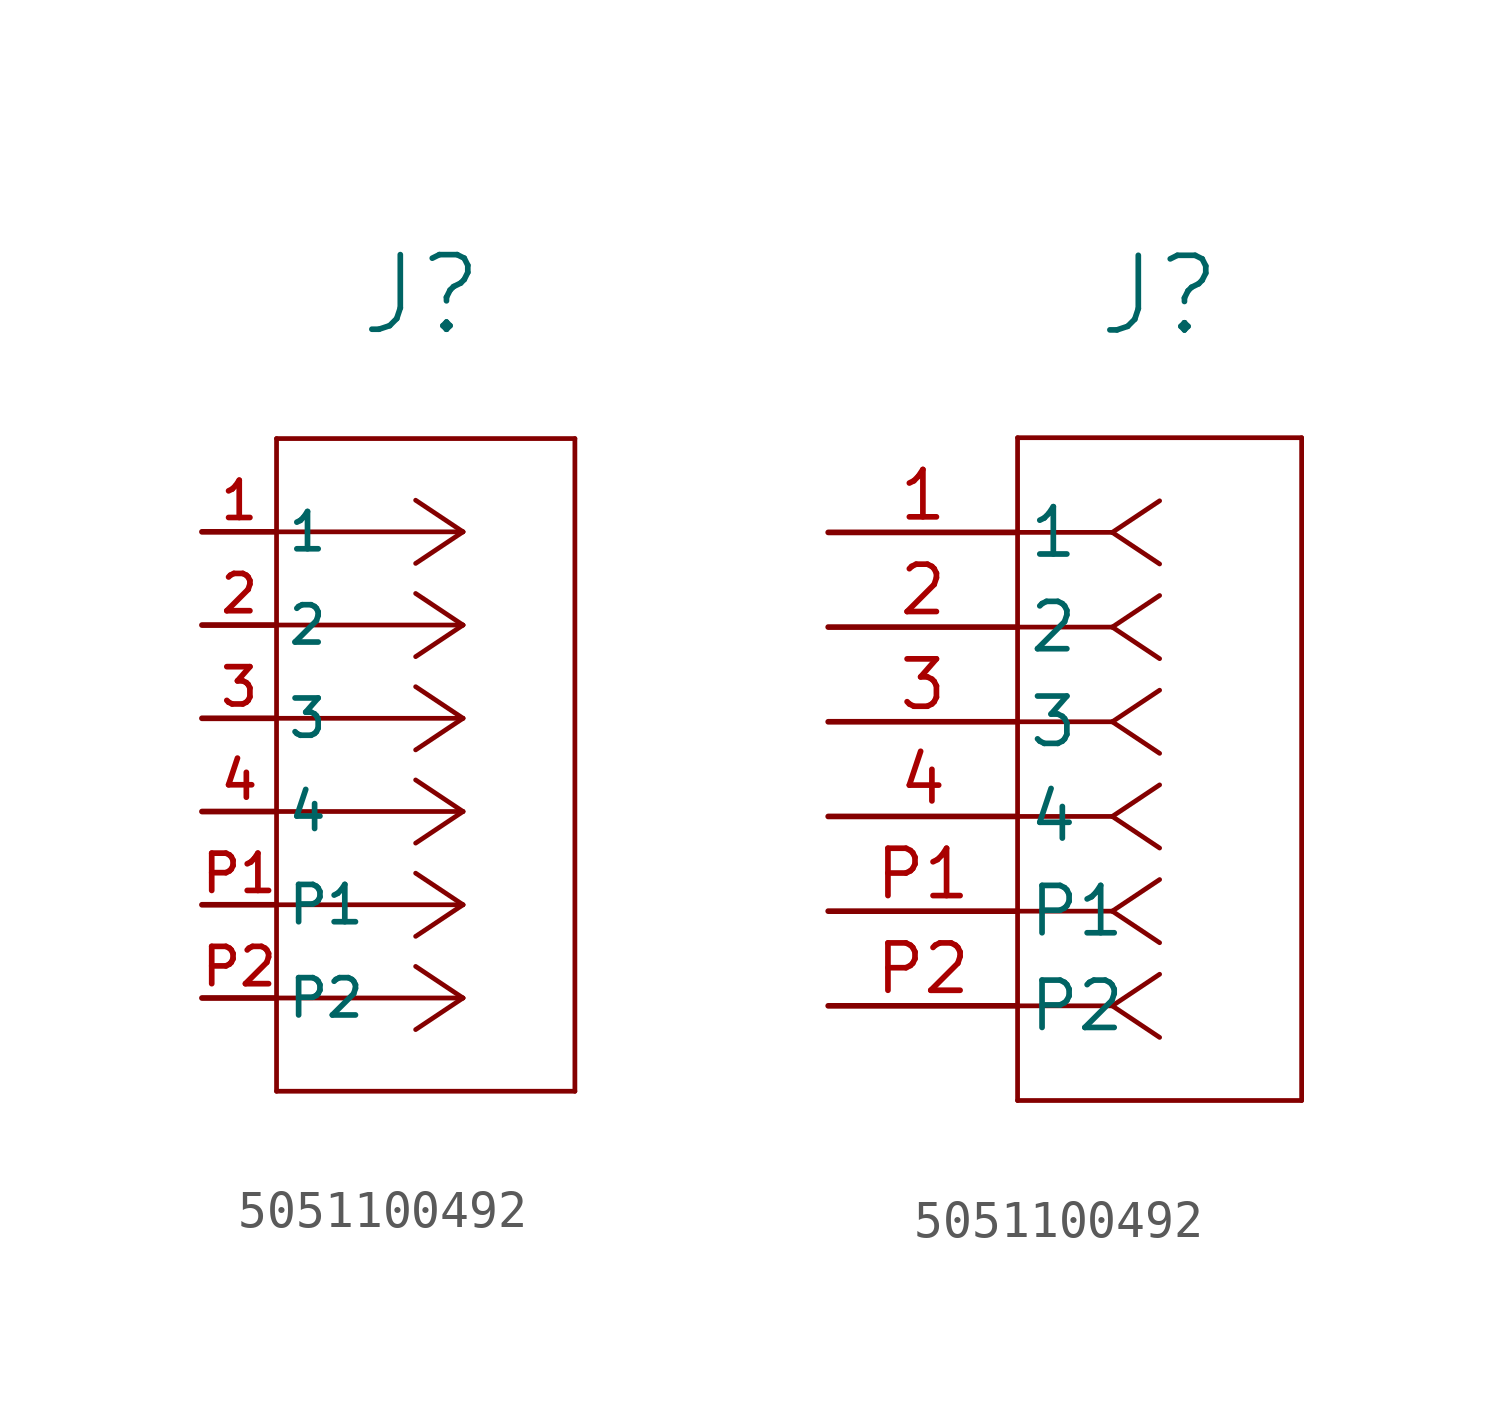
<source format=kicad_sym>
(kicad_symbol_lib
  (version 20220914)
  (generator kicad_symbol_editor)
  (symbol "5051100492"
    (pin_names
      (offset 0.254))
    (property "Reference" "J"
      (at 5.89 6.35 0)
      (effects (font (size 2 2))))
    (symbol "5051100492_1_1"
      (polyline (pts (xy 2 -15) (xy 10 -15)) (stroke (width 0.127) (type default)) (fill (type none)))
      (polyline (pts (xy 2 2.5) (xy 2 -15)) (stroke (width 0.127) (type default)) (fill (type none)))
      (polyline (pts (xy 7 -12.5) (xy 2 -12.5)) (stroke (width 0.127) (type default)) (fill (type none)))
      (polyline (pts (xy 7 -12.5) (xy 5.73 -13.347)) (stroke (width 0.127) (type default)) (fill (type none)))
      (polyline (pts (xy 7 -12.5) (xy 5.73 -11.653)) (stroke (width 0.127) (type default)) (fill (type none)))
      (polyline (pts (xy 7 -10) (xy 2 -10)) (stroke (width 0.127) (type default)) (fill (type none)))
      (polyline (pts (xy 7 -10) (xy 5.73 -10.847)) (stroke (width 0.127) (type default)) (fill (type none)))
      (polyline (pts (xy 7 -10) (xy 5.73 -9.153)) (stroke (width 0.127) (type default)) (fill (type none)))
      (polyline (pts (xy 7 -7.5) (xy 2 -7.5)) (stroke (width 0.127) (type default)) (fill (type none)))
      (polyline (pts (xy 7 -7.5) (xy 5.73 -8.347)) (stroke (width 0.127) (type default)) (fill (type none)))
      (polyline (pts (xy 7 -7.5) (xy 5.73 -6.653)) (stroke (width 0.127) (type default)) (fill (type none)))
      (polyline (pts (xy 7 -5) (xy 2 -5)) (stroke (width 0.127) (type default)) (fill (type none)))
      (polyline (pts (xy 7 -5) (xy 5.73 -5.847)) (stroke (width 0.127) (type default)) (fill (type none)))
      (polyline (pts (xy 7 -5) (xy 5.73 -4.153)) (stroke (width 0.127) (type default)) (fill (type none)))
      (polyline (pts (xy 7 -2.5) (xy 2 -2.5)) (stroke (width 0.127) (type default)) (fill (type none)))
      (polyline (pts (xy 7 -2.5) (xy 5.73 -3.347)) (stroke (width 0.127) (type default)) (fill (type none)))
      (polyline (pts (xy 7 -2.5) (xy 5.73 -1.653)) (stroke (width 0.127) (type default)) (fill (type none)))
      (polyline (pts (xy 7 0) (xy 2 0)) (stroke (width 0.127) (type default)) (fill (type none)))
      (polyline (pts (xy 7 0) (xy 5.73 -0.847)) (stroke (width 0.127) (type default)) (fill (type none)))
      (polyline (pts (xy 7 0) (xy 5.73 0.847)) (stroke (width 0.127) (type default)) (fill (type none)))
      (polyline (pts (xy 10 -15) (xy 10 2.5)) (stroke (width 0.127) (type default)) (fill (type none)))
      (polyline (pts (xy 10 2.5) (xy 2 2.5)) (stroke (width 0.127) (type default)) (fill (type none)))
      (pin unspecified line (at 0 0 0) (length 2) (name "1" (effects (font (size 1 1)))) (number "1" (effects (font (size 1 1)))))
      (pin unspecified line (at 0 -2.5 0) (length 2) (name "2" (effects (font (size 1 1)))) (number "2" (effects (font (size 1 1)))))
      (pin unspecified line (at 0 -5 0) (length 2) (name "3" (effects (font (size 1 1)))) (number "3" (effects (font (size 1 1)))))
      (pin unspecified line (at 0 -7.5 0) (length 2) (name "4" (effects (font (size 1 1)))) (number "4" (effects (font (size 1 1)))))
      (pin unspecified line (at 0 -10 0) (length 2) (name "P1" (effects (font (size 1 1)))) (number "P1" (effects (font (size 1 1)))))
      (pin unspecified line (at 0 -12.5 0) (length 2) (name "P2" (effects (font (size 1 1)))) (number "P2" (effects (font (size 1 1))))))
    (symbol "5051100492_1_2"
      (polyline (pts (xy 2.08 -15.24) (xy 9.7 -15.24)) (stroke (width 0.127) (type default)) (fill (type none)))
      (polyline (pts (xy 2.08 2.54) (xy 2.08 -15.24)) (stroke (width 0.127) (type default)) (fill (type none)))
      (polyline (pts (xy 4.62 -12.7) (xy 2.08 -12.7)) (stroke (width 0.127) (type default)) (fill (type none)))
      (polyline (pts (xy 4.62 -12.7) (xy 5.89 -13.547)) (stroke (width 0.127) (type default)) (fill (type none)))
      (polyline (pts (xy 4.62 -12.7) (xy 5.89 -11.853)) (stroke (width 0.127) (type default)) (fill (type none)))
      (polyline (pts (xy 4.62 -10.16) (xy 2.08 -10.16)) (stroke (width 0.127) (type default)) (fill (type none)))
      (polyline (pts (xy 4.62 -10.16) (xy 5.89 -11.007)) (stroke (width 0.127) (type default)) (fill (type none)))
      (polyline (pts (xy 4.62 -10.16) (xy 5.89 -9.313)) (stroke (width 0.127) (type default)) (fill (type none)))
      (polyline (pts (xy 4.62 -7.62) (xy 2.08 -7.62)) (stroke (width 0.127) (type default)) (fill (type none)))
      (polyline (pts (xy 4.62 -7.62) (xy 5.89 -8.467)) (stroke (width 0.127) (type default)) (fill (type none)))
      (polyline (pts (xy 4.62 -7.62) (xy 5.89 -6.773)) (stroke (width 0.127) (type default)) (fill (type none)))
      (polyline (pts (xy 4.62 -5.08) (xy 2.08 -5.08)) (stroke (width 0.127) (type default)) (fill (type none)))
      (polyline (pts (xy 4.62 -5.08) (xy 5.89 -5.927)) (stroke (width 0.127) (type default)) (fill (type none)))
      (polyline (pts (xy 4.62 -5.08) (xy 5.89 -4.233)) (stroke (width 0.127) (type default)) (fill (type none)))
      (polyline (pts (xy 4.62 -2.54) (xy 2.08 -2.54)) (stroke (width 0.127) (type default)) (fill (type none)))
      (polyline (pts (xy 4.62 -2.54) (xy 5.89 -3.387)) (stroke (width 0.127) (type default)) (fill (type none)))
      (polyline (pts (xy 4.62 -2.54) (xy 5.89 -1.693)) (stroke (width 0.127) (type default)) (fill (type none)))
      (polyline (pts (xy 4.62 0) (xy 2.08 0)) (stroke (width 0.127) (type default)) (fill (type none)))
      (polyline (pts (xy 4.62 0) (xy 5.89 -0.847)) (stroke (width 0.127) (type default)) (fill (type none)))
      (polyline (pts (xy 4.62 0) (xy 5.89 0.847)) (stroke (width 0.127) (type default)) (fill (type none)))
      (polyline (pts (xy 9.7 -15.24) (xy 9.7 2.54)) (stroke (width 0.127) (type default)) (fill (type none)))
      (polyline (pts (xy 9.7 2.54) (xy 2.08 2.54)) (stroke (width 0.127) (type default)) (fill (type none)))
      (pin unspecified line (at -3 0 0) (length 5.08) (name "1" (effects (font (size 1.27 1.27)))) (number "1" (effects (font (size 1.27 1.27)))))
      (pin unspecified line (at -3 -2.54 0) (length 5.08) (name "2" (effects (font (size 1.27 1.27)))) (number "2" (effects (font (size 1.27 1.27)))))
      (pin unspecified line (at -3 -5.08 0) (length 5.08) (name "3" (effects (font (size 1.27 1.27)))) (number "3" (effects (font (size 1.27 1.27)))))
      (pin unspecified line (at -3 -7.62 0) (length 5.08) (name "4" (effects (font (size 1.27 1.27)))) (number "4" (effects (font (size 1.27 1.27)))))
      (pin unspecified line (at -3 -10.16 0) (length 5.08) (name "P1" (effects (font (size 1.27 1.27)))) (number "P1" (effects (font (size 1.27 1.27)))))
      (pin unspecified line (at -3 -12.7 0) (length 5.08) (name "P2" (effects (font (size 1.27 1.27)))) (number "P2" (effects (font (size 1.27 1.27))))))))
</source>
